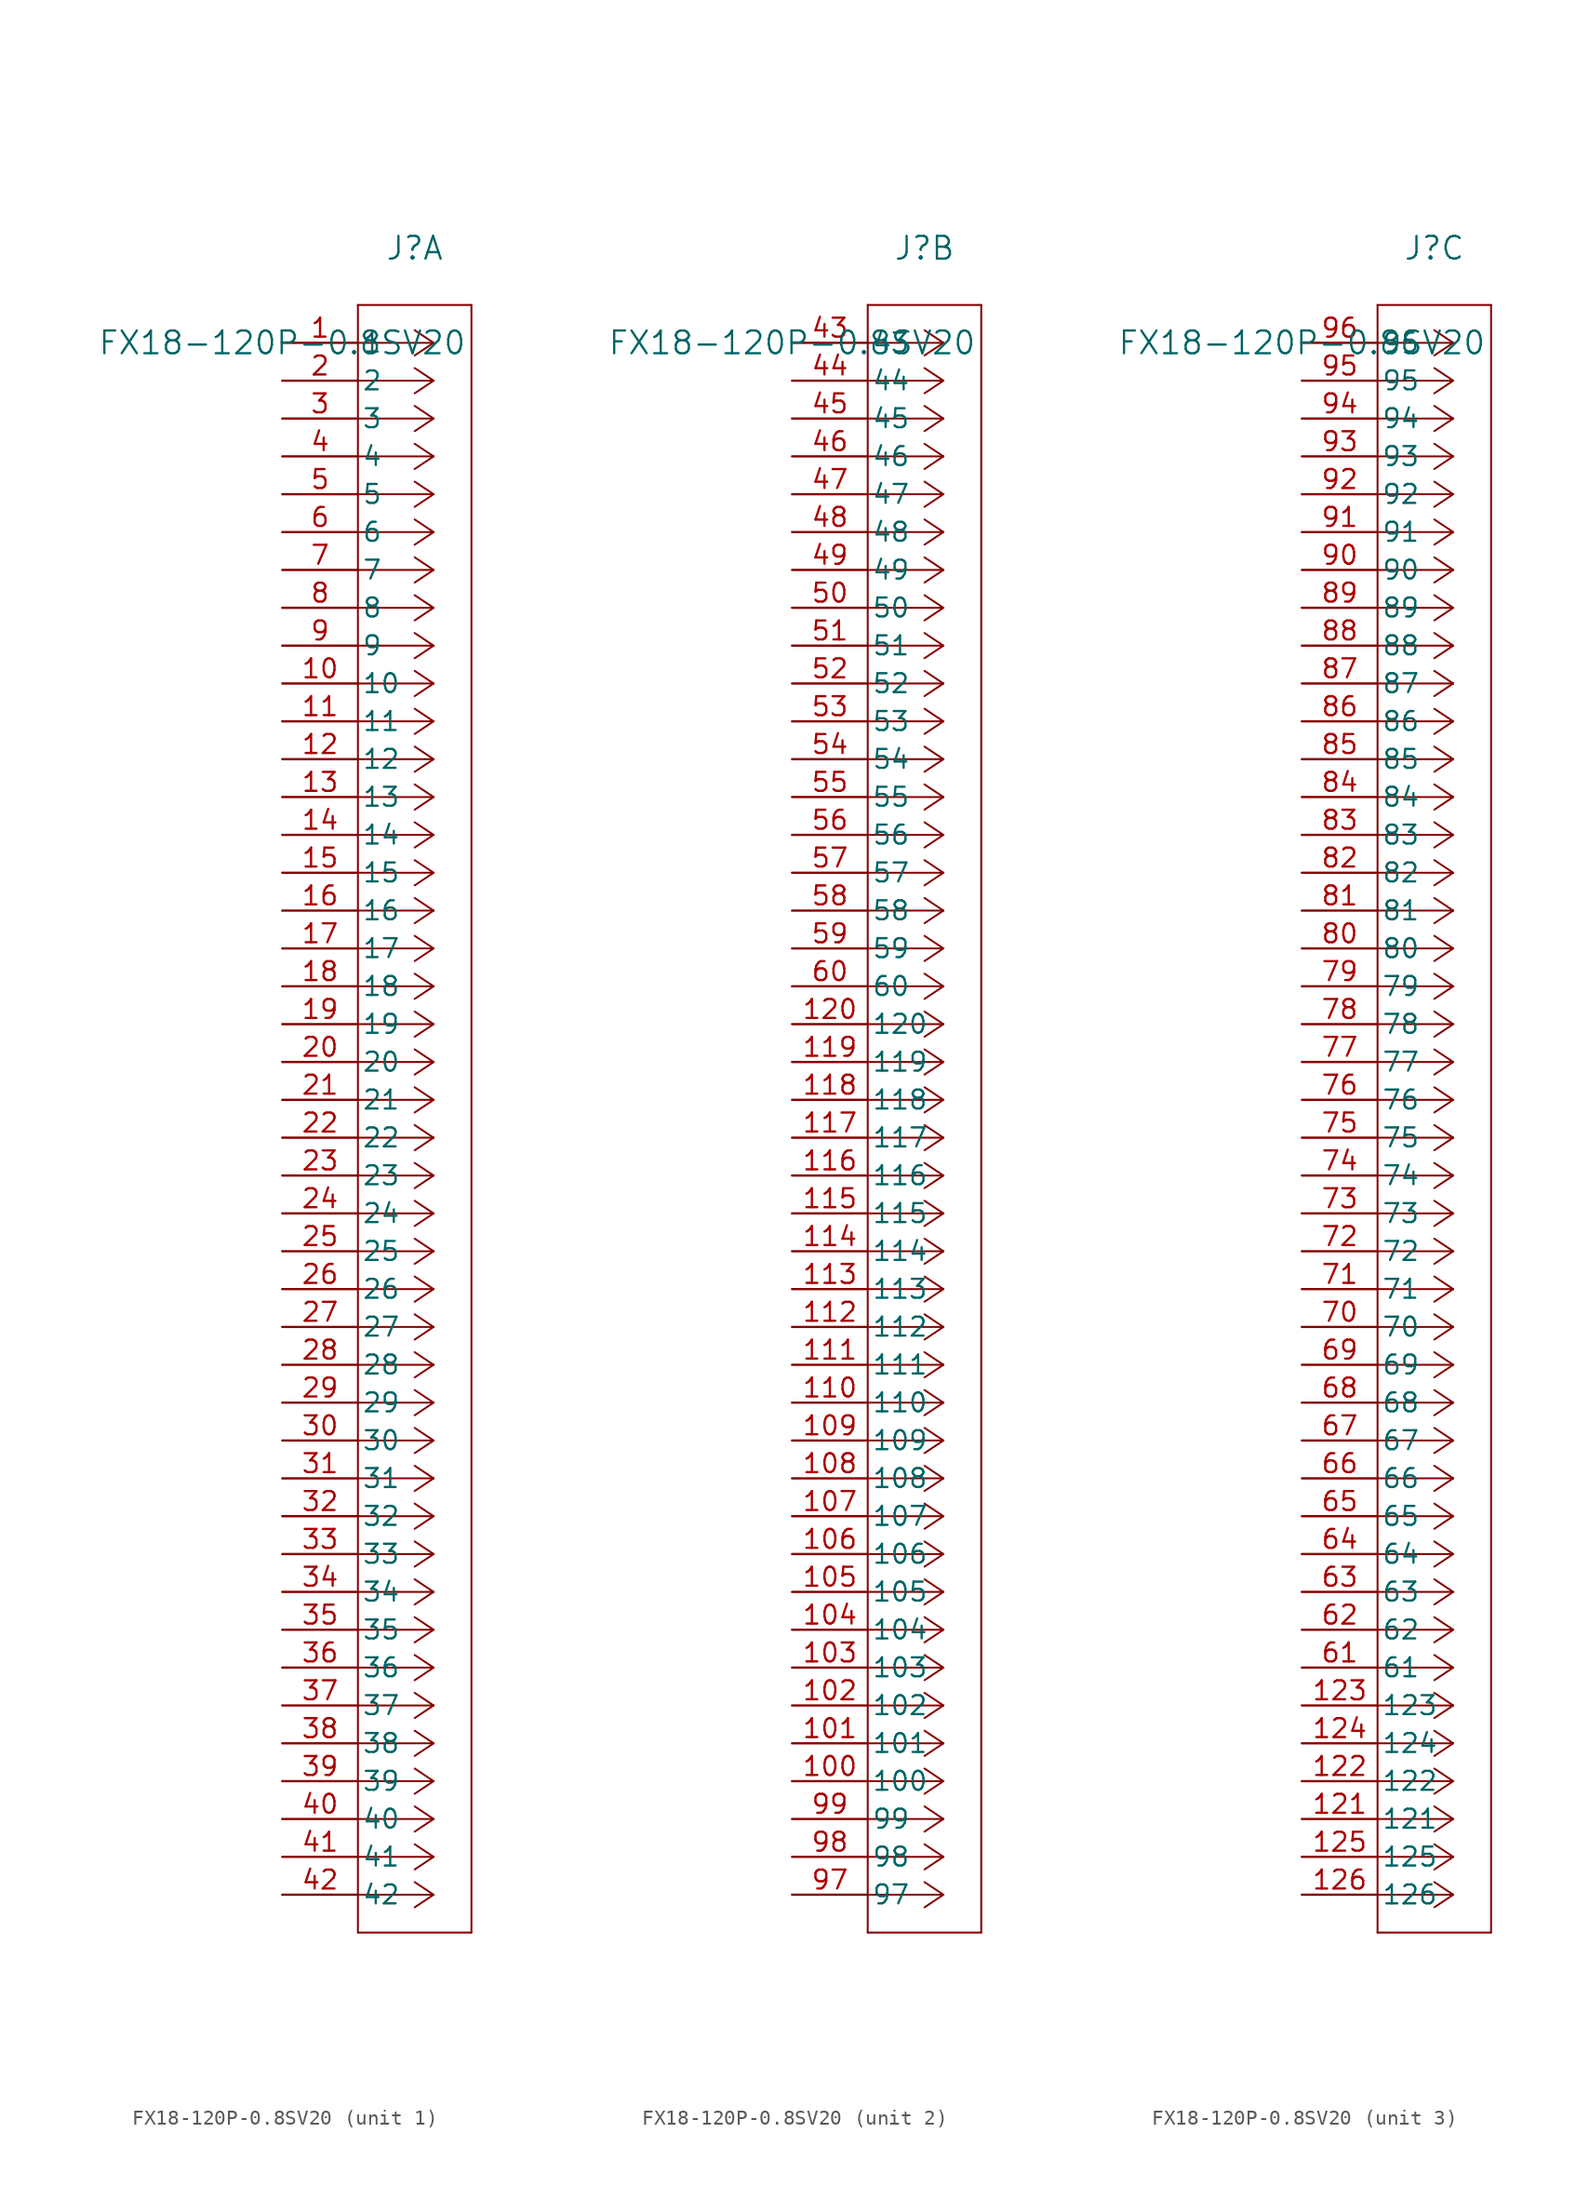
<source format=kicad_sym>
(kicad_symbol_lib
  (version 20231120)
  (generator "kicad_symbol_editor")
  (generator_version "8.0")
  (symbol "FX18-120P-0.8SV20"
    (pin_names
      (offset 0.254))
    (property "Reference" "J"
      (at 8.89 6.35 0)
      (effects (font (size 1.524 1.524))))
    (property "Value" "FX18-120P-0.8SV20"
      (at 0 0 0)
      (effects (font (size 1.524 1.524))))
    (property "ki_locked" ""
      (at 0 0 0)
      (effects (font (size 1.27 1.27))))
    (symbol "FX18-120P-0.8SV20_1_1"
      (polyline (pts (xy 5.08 -106.68) (xy 12.7 -106.68)) (stroke (width 0.127) (type default)) (fill (type none)))
      (polyline (pts (xy 5.08 2.54) (xy 5.08 -106.68)) (stroke (width 0.127) (type default)) (fill (type none)))
      (polyline (pts (xy 10.16 -104.14) (xy 5.08 -104.14)) (stroke (width 0.127) (type default)) (fill (type none)))
      (polyline (pts (xy 10.16 -104.14) (xy 8.89 -104.987)) (stroke (width 0.127) (type default)) (fill (type none)))
      (polyline (pts (xy 10.16 -104.14) (xy 8.89 -103.293)) (stroke (width 0.127) (type default)) (fill (type none)))
      (polyline (pts (xy 10.16 -101.6) (xy 5.08 -101.6)) (stroke (width 0.127) (type default)) (fill (type none)))
      (polyline (pts (xy 10.16 -101.6) (xy 8.89 -102.447)) (stroke (width 0.127) (type default)) (fill (type none)))
      (polyline (pts (xy 10.16 -101.6) (xy 8.89 -100.753)) (stroke (width 0.127) (type default)) (fill (type none)))
      (polyline (pts (xy 10.16 -99.06) (xy 5.08 -99.06)) (stroke (width 0.127) (type default)) (fill (type none)))
      (polyline (pts (xy 10.16 -99.06) (xy 8.89 -99.907)) (stroke (width 0.127) (type default)) (fill (type none)))
      (polyline (pts (xy 10.16 -99.06) (xy 8.89 -98.213)) (stroke (width 0.127) (type default)) (fill (type none)))
      (polyline (pts (xy 10.16 -96.52) (xy 5.08 -96.52)) (stroke (width 0.127) (type default)) (fill (type none)))
      (polyline (pts (xy 10.16 -96.52) (xy 8.89 -97.367)) (stroke (width 0.127) (type default)) (fill (type none)))
      (polyline (pts (xy 10.16 -96.52) (xy 8.89 -95.673)) (stroke (width 0.127) (type default)) (fill (type none)))
      (polyline (pts (xy 10.16 -93.98) (xy 5.08 -93.98)) (stroke (width 0.127) (type default)) (fill (type none)))
      (polyline (pts (xy 10.16 -93.98) (xy 8.89 -94.827)) (stroke (width 0.127) (type default)) (fill (type none)))
      (polyline (pts (xy 10.16 -93.98) (xy 8.89 -93.133)) (stroke (width 0.127) (type default)) (fill (type none)))
      (polyline (pts (xy 10.16 -91.44) (xy 5.08 -91.44)) (stroke (width 0.127) (type default)) (fill (type none)))
      (polyline (pts (xy 10.16 -91.44) (xy 8.89 -92.287)) (stroke (width 0.127) (type default)) (fill (type none)))
      (polyline (pts (xy 10.16 -91.44) (xy 8.89 -90.593)) (stroke (width 0.127) (type default)) (fill (type none)))
      (polyline (pts (xy 10.16 -88.9) (xy 5.08 -88.9)) (stroke (width 0.127) (type default)) (fill (type none)))
      (polyline (pts (xy 10.16 -88.9) (xy 8.89 -89.747)) (stroke (width 0.127) (type default)) (fill (type none)))
      (polyline (pts (xy 10.16 -88.9) (xy 8.89 -88.053)) (stroke (width 0.127) (type default)) (fill (type none)))
      (polyline (pts (xy 10.16 -86.36) (xy 5.08 -86.36)) (stroke (width 0.127) (type default)) (fill (type none)))
      (polyline (pts (xy 10.16 -86.36) (xy 8.89 -87.207)) (stroke (width 0.127) (type default)) (fill (type none)))
      (polyline (pts (xy 10.16 -86.36) (xy 8.89 -85.513)) (stroke (width 0.127) (type default)) (fill (type none)))
      (polyline (pts (xy 10.16 -83.82) (xy 5.08 -83.82)) (stroke (width 0.127) (type default)) (fill (type none)))
      (polyline (pts (xy 10.16 -83.82) (xy 8.89 -84.667)) (stroke (width 0.127) (type default)) (fill (type none)))
      (polyline (pts (xy 10.16 -83.82) (xy 8.89 -82.973)) (stroke (width 0.127) (type default)) (fill (type none)))
      (polyline (pts (xy 10.16 -81.28) (xy 5.08 -81.28)) (stroke (width 0.127) (type default)) (fill (type none)))
      (polyline (pts (xy 10.16 -81.28) (xy 8.89 -82.127)) (stroke (width 0.127) (type default)) (fill (type none)))
      (polyline (pts (xy 10.16 -81.28) (xy 8.89 -80.433)) (stroke (width 0.127) (type default)) (fill (type none)))
      (polyline (pts (xy 10.16 -78.74) (xy 5.08 -78.74)) (stroke (width 0.127) (type default)) (fill (type none)))
      (polyline (pts (xy 10.16 -78.74) (xy 8.89 -79.587)) (stroke (width 0.127) (type default)) (fill (type none)))
      (polyline (pts (xy 10.16 -78.74) (xy 8.89 -77.893)) (stroke (width 0.127) (type default)) (fill (type none)))
      (polyline (pts (xy 10.16 -76.2) (xy 5.08 -76.2)) (stroke (width 0.127) (type default)) (fill (type none)))
      (polyline (pts (xy 10.16 -76.2) (xy 8.89 -77.047)) (stroke (width 0.127) (type default)) (fill (type none)))
      (polyline (pts (xy 10.16 -76.2) (xy 8.89 -75.353)) (stroke (width 0.127) (type default)) (fill (type none)))
      (polyline (pts (xy 10.16 -73.66) (xy 5.08 -73.66)) (stroke (width 0.127) (type default)) (fill (type none)))
      (polyline (pts (xy 10.16 -73.66) (xy 8.89 -74.507)) (stroke (width 0.127) (type default)) (fill (type none)))
      (polyline (pts (xy 10.16 -73.66) (xy 8.89 -72.813)) (stroke (width 0.127) (type default)) (fill (type none)))
      (polyline (pts (xy 10.16 -71.12) (xy 5.08 -71.12)) (stroke (width 0.127) (type default)) (fill (type none)))
      (polyline (pts (xy 10.16 -71.12) (xy 8.89 -71.967)) (stroke (width 0.127) (type default)) (fill (type none)))
      (polyline (pts (xy 10.16 -71.12) (xy 8.89 -70.273)) (stroke (width 0.127) (type default)) (fill (type none)))
      (polyline (pts (xy 10.16 -68.58) (xy 5.08 -68.58)) (stroke (width 0.127) (type default)) (fill (type none)))
      (polyline (pts (xy 10.16 -68.58) (xy 8.89 -69.427)) (stroke (width 0.127) (type default)) (fill (type none)))
      (polyline (pts (xy 10.16 -68.58) (xy 8.89 -67.733)) (stroke (width 0.127) (type default)) (fill (type none)))
      (polyline (pts (xy 10.16 -66.04) (xy 5.08 -66.04)) (stroke (width 0.127) (type default)) (fill (type none)))
      (polyline (pts (xy 10.16 -66.04) (xy 8.89 -66.887)) (stroke (width 0.127) (type default)) (fill (type none)))
      (polyline (pts (xy 10.16 -66.04) (xy 8.89 -65.193)) (stroke (width 0.127) (type default)) (fill (type none)))
      (polyline (pts (xy 10.16 -63.5) (xy 5.08 -63.5)) (stroke (width 0.127) (type default)) (fill (type none)))
      (polyline (pts (xy 10.16 -63.5) (xy 8.89 -64.347)) (stroke (width 0.127) (type default)) (fill (type none)))
      (polyline (pts (xy 10.16 -63.5) (xy 8.89 -62.653)) (stroke (width 0.127) (type default)) (fill (type none)))
      (polyline (pts (xy 10.16 -60.96) (xy 5.08 -60.96)) (stroke (width 0.127) (type default)) (fill (type none)))
      (polyline (pts (xy 10.16 -60.96) (xy 8.89 -61.807)) (stroke (width 0.127) (type default)) (fill (type none)))
      (polyline (pts (xy 10.16 -60.96) (xy 8.89 -60.113)) (stroke (width 0.127) (type default)) (fill (type none)))
      (polyline (pts (xy 10.16 -58.42) (xy 5.08 -58.42)) (stroke (width 0.127) (type default)) (fill (type none)))
      (polyline (pts (xy 10.16 -58.42) (xy 8.89 -59.267)) (stroke (width 0.127) (type default)) (fill (type none)))
      (polyline (pts (xy 10.16 -58.42) (xy 8.89 -57.573)) (stroke (width 0.127) (type default)) (fill (type none)))
      (polyline (pts (xy 10.16 -55.88) (xy 5.08 -55.88)) (stroke (width 0.127) (type default)) (fill (type none)))
      (polyline (pts (xy 10.16 -55.88) (xy 8.89 -56.727)) (stroke (width 0.127) (type default)) (fill (type none)))
      (polyline (pts (xy 10.16 -55.88) (xy 8.89 -55.033)) (stroke (width 0.127) (type default)) (fill (type none)))
      (polyline (pts (xy 10.16 -53.34) (xy 5.08 -53.34)) (stroke (width 0.127) (type default)) (fill (type none)))
      (polyline (pts (xy 10.16 -53.34) (xy 8.89 -54.187)) (stroke (width 0.127) (type default)) (fill (type none)))
      (polyline (pts (xy 10.16 -53.34) (xy 8.89 -52.493)) (stroke (width 0.127) (type default)) (fill (type none)))
      (polyline (pts (xy 10.16 -50.8) (xy 5.08 -50.8)) (stroke (width 0.127) (type default)) (fill (type none)))
      (polyline (pts (xy 10.16 -50.8) (xy 8.89 -51.647)) (stroke (width 0.127) (type default)) (fill (type none)))
      (polyline (pts (xy 10.16 -50.8) (xy 8.89 -49.953)) (stroke (width 0.127) (type default)) (fill (type none)))
      (polyline (pts (xy 10.16 -48.26) (xy 5.08 -48.26)) (stroke (width 0.127) (type default)) (fill (type none)))
      (polyline (pts (xy 10.16 -48.26) (xy 8.89 -49.107)) (stroke (width 0.127) (type default)) (fill (type none)))
      (polyline (pts (xy 10.16 -48.26) (xy 8.89 -47.413)) (stroke (width 0.127) (type default)) (fill (type none)))
      (polyline (pts (xy 10.16 -45.72) (xy 5.08 -45.72)) (stroke (width 0.127) (type default)) (fill (type none)))
      (polyline (pts (xy 10.16 -45.72) (xy 8.89 -46.567)) (stroke (width 0.127) (type default)) (fill (type none)))
      (polyline (pts (xy 10.16 -45.72) (xy 8.89 -44.873)) (stroke (width 0.127) (type default)) (fill (type none)))
      (polyline (pts (xy 10.16 -43.18) (xy 5.08 -43.18)) (stroke (width 0.127) (type default)) (fill (type none)))
      (polyline (pts (xy 10.16 -43.18) (xy 8.89 -44.027)) (stroke (width 0.127) (type default)) (fill (type none)))
      (polyline (pts (xy 10.16 -43.18) (xy 8.89 -42.333)) (stroke (width 0.127) (type default)) (fill (type none)))
      (polyline (pts (xy 10.16 -40.64) (xy 5.08 -40.64)) (stroke (width 0.127) (type default)) (fill (type none)))
      (polyline (pts (xy 10.16 -40.64) (xy 8.89 -41.487)) (stroke (width 0.127) (type default)) (fill (type none)))
      (polyline (pts (xy 10.16 -40.64) (xy 8.89 -39.793)) (stroke (width 0.127) (type default)) (fill (type none)))
      (polyline (pts (xy 10.16 -38.1) (xy 5.08 -38.1)) (stroke (width 0.127) (type default)) (fill (type none)))
      (polyline (pts (xy 10.16 -38.1) (xy 8.89 -38.947)) (stroke (width 0.127) (type default)) (fill (type none)))
      (polyline (pts (xy 10.16 -38.1) (xy 8.89 -37.253)) (stroke (width 0.127) (type default)) (fill (type none)))
      (polyline (pts (xy 10.16 -35.56) (xy 5.08 -35.56)) (stroke (width 0.127) (type default)) (fill (type none)))
      (polyline (pts (xy 10.16 -35.56) (xy 8.89 -36.407)) (stroke (width 0.127) (type default)) (fill (type none)))
      (polyline (pts (xy 10.16 -35.56) (xy 8.89 -34.713)) (stroke (width 0.127) (type default)) (fill (type none)))
      (polyline (pts (xy 10.16 -33.02) (xy 5.08 -33.02)) (stroke (width 0.127) (type default)) (fill (type none)))
      (polyline (pts (xy 10.16 -33.02) (xy 8.89 -33.867)) (stroke (width 0.127) (type default)) (fill (type none)))
      (polyline (pts (xy 10.16 -33.02) (xy 8.89 -32.173)) (stroke (width 0.127) (type default)) (fill (type none)))
      (polyline (pts (xy 10.16 -30.48) (xy 5.08 -30.48)) (stroke (width 0.127) (type default)) (fill (type none)))
      (polyline (pts (xy 10.16 -30.48) (xy 8.89 -31.327)) (stroke (width 0.127) (type default)) (fill (type none)))
      (polyline (pts (xy 10.16 -30.48) (xy 8.89 -29.633)) (stroke (width 0.127) (type default)) (fill (type none)))
      (polyline (pts (xy 10.16 -27.94) (xy 5.08 -27.94)) (stroke (width 0.127) (type default)) (fill (type none)))
      (polyline (pts (xy 10.16 -27.94) (xy 8.89 -28.787)) (stroke (width 0.127) (type default)) (fill (type none)))
      (polyline (pts (xy 10.16 -27.94) (xy 8.89 -27.093)) (stroke (width 0.127) (type default)) (fill (type none)))
      (polyline (pts (xy 10.16 -25.4) (xy 5.08 -25.4)) (stroke (width 0.127) (type default)) (fill (type none)))
      (polyline (pts (xy 10.16 -25.4) (xy 8.89 -26.247)) (stroke (width 0.127) (type default)) (fill (type none)))
      (polyline (pts (xy 10.16 -25.4) (xy 8.89 -24.553)) (stroke (width 0.127) (type default)) (fill (type none)))
      (polyline (pts (xy 10.16 -22.86) (xy 5.08 -22.86)) (stroke (width 0.127) (type default)) (fill (type none)))
      (polyline (pts (xy 10.16 -22.86) (xy 8.89 -23.707)) (stroke (width 0.127) (type default)) (fill (type none)))
      (polyline (pts (xy 10.16 -22.86) (xy 8.89 -22.013)) (stroke (width 0.127) (type default)) (fill (type none)))
      (polyline (pts (xy 10.16 -20.32) (xy 5.08 -20.32)) (stroke (width 0.127) (type default)) (fill (type none)))
      (polyline (pts (xy 10.16 -20.32) (xy 8.89 -21.167)) (stroke (width 0.127) (type default)) (fill (type none)))
      (polyline (pts (xy 10.16 -20.32) (xy 8.89 -19.473)) (stroke (width 0.127) (type default)) (fill (type none)))
      (polyline (pts (xy 10.16 -17.78) (xy 5.08 -17.78)) (stroke (width 0.127) (type default)) (fill (type none)))
      (polyline (pts (xy 10.16 -17.78) (xy 8.89 -18.627)) (stroke (width 0.127) (type default)) (fill (type none)))
      (polyline (pts (xy 10.16 -17.78) (xy 8.89 -16.933)) (stroke (width 0.127) (type default)) (fill (type none)))
      (polyline (pts (xy 10.16 -15.24) (xy 5.08 -15.24)) (stroke (width 0.127) (type default)) (fill (type none)))
      (polyline (pts (xy 10.16 -15.24) (xy 8.89 -16.087)) (stroke (width 0.127) (type default)) (fill (type none)))
      (polyline (pts (xy 10.16 -15.24) (xy 8.89 -14.393)) (stroke (width 0.127) (type default)) (fill (type none)))
      (polyline (pts (xy 10.16 -12.7) (xy 5.08 -12.7)) (stroke (width 0.127) (type default)) (fill (type none)))
      (polyline (pts (xy 10.16 -12.7) (xy 8.89 -13.547)) (stroke (width 0.127) (type default)) (fill (type none)))
      (polyline (pts (xy 10.16 -12.7) (xy 8.89 -11.853)) (stroke (width 0.127) (type default)) (fill (type none)))
      (polyline (pts (xy 10.16 -10.16) (xy 5.08 -10.16)) (stroke (width 0.127) (type default)) (fill (type none)))
      (polyline (pts (xy 10.16 -10.16) (xy 8.89 -11.007)) (stroke (width 0.127) (type default)) (fill (type none)))
      (polyline (pts (xy 10.16 -10.16) (xy 8.89 -9.313)) (stroke (width 0.127) (type default)) (fill (type none)))
      (polyline (pts (xy 10.16 -7.62) (xy 5.08 -7.62)) (stroke (width 0.127) (type default)) (fill (type none)))
      (polyline (pts (xy 10.16 -7.62) (xy 8.89 -8.467)) (stroke (width 0.127) (type default)) (fill (type none)))
      (polyline (pts (xy 10.16 -7.62) (xy 8.89 -6.773)) (stroke (width 0.127) (type default)) (fill (type none)))
      (polyline (pts (xy 10.16 -5.08) (xy 5.08 -5.08)) (stroke (width 0.127) (type default)) (fill (type none)))
      (polyline (pts (xy 10.16 -5.08) (xy 8.89 -5.927)) (stroke (width 0.127) (type default)) (fill (type none)))
      (polyline (pts (xy 10.16 -5.08) (xy 8.89 -4.233)) (stroke (width 0.127) (type default)) (fill (type none)))
      (polyline (pts (xy 10.16 -2.54) (xy 5.08 -2.54)) (stroke (width 0.127) (type default)) (fill (type none)))
      (polyline (pts (xy 10.16 -2.54) (xy 8.89 -3.387)) (stroke (width 0.127) (type default)) (fill (type none)))
      (polyline (pts (xy 10.16 -2.54) (xy 8.89 -1.693)) (stroke (width 0.127) (type default)) (fill (type none)))
      (polyline (pts (xy 10.16 0) (xy 5.08 0)) (stroke (width 0.127) (type default)) (fill (type none)))
      (polyline (pts (xy 10.16 0) (xy 8.89 -0.847)) (stroke (width 0.127) (type default)) (fill (type none)))
      (polyline (pts (xy 10.16 0) (xy 8.89 0.847)) (stroke (width 0.127) (type default)) (fill (type none)))
      (polyline (pts (xy 12.7 -106.68) (xy 12.7 2.54)) (stroke (width 0.127) (type default)) (fill (type none)))
      (polyline (pts (xy 12.7 2.54) (xy 5.08 2.54)) (stroke (width 0.127) (type default)) (fill (type none)))
      (pin passive line (at 0 0 0) (length 5.08) (name "1" (effects (font (size 1.27 1.27)))) (number "1" (effects (font (size 1.27 1.27)))))
      (pin passive line (at 0 -22.86 0) (length 5.08) (name "10" (effects (font (size 1.27 1.27)))) (number "10" (effects (font (size 1.27 1.27)))))
      (pin passive line (at 0 -25.4 0) (length 5.08) (name "11" (effects (font (size 1.27 1.27)))) (number "11" (effects (font (size 1.27 1.27)))))
      (pin passive line (at 0 -27.94 0) (length 5.08) (name "12" (effects (font (size 1.27 1.27)))) (number "12" (effects (font (size 1.27 1.27)))))
      (pin passive line (at 0 -30.48 0) (length 5.08) (name "13" (effects (font (size 1.27 1.27)))) (number "13" (effects (font (size 1.27 1.27)))))
      (pin passive line (at 0 -33.02 0) (length 5.08) (name "14" (effects (font (size 1.27 1.27)))) (number "14" (effects (font (size 1.27 1.27)))))
      (pin passive line (at 0 -35.56 0) (length 5.08) (name "15" (effects (font (size 1.27 1.27)))) (number "15" (effects (font (size 1.27 1.27)))))
      (pin passive line (at 0 -38.1 0) (length 5.08) (name "16" (effects (font (size 1.27 1.27)))) (number "16" (effects (font (size 1.27 1.27)))))
      (pin passive line (at 0 -40.64 0) (length 5.08) (name "17" (effects (font (size 1.27 1.27)))) (number "17" (effects (font (size 1.27 1.27)))))
      (pin passive line (at 0 -43.18 0) (length 5.08) (name "18" (effects (font (size 1.27 1.27)))) (number "18" (effects (font (size 1.27 1.27)))))
      (pin passive line (at 0 -45.72 0) (length 5.08) (name "19" (effects (font (size 1.27 1.27)))) (number "19" (effects (font (size 1.27 1.27)))))
      (pin passive line (at 0 -2.54 0) (length 5.08) (name "2" (effects (font (size 1.27 1.27)))) (number "2" (effects (font (size 1.27 1.27)))))
      (pin passive line (at 0 -48.26 0) (length 5.08) (name "20" (effects (font (size 1.27 1.27)))) (number "20" (effects (font (size 1.27 1.27)))))
      (pin passive line (at 0 -50.8 0) (length 5.08) (name "21" (effects (font (size 1.27 1.27)))) (number "21" (effects (font (size 1.27 1.27)))))
      (pin passive line (at 0 -53.34 0) (length 5.08) (name "22" (effects (font (size 1.27 1.27)))) (number "22" (effects (font (size 1.27 1.27)))))
      (pin passive line (at 0 -55.88 0) (length 5.08) (name "23" (effects (font (size 1.27 1.27)))) (number "23" (effects (font (size 1.27 1.27)))))
      (pin passive line (at 0 -58.42 0) (length 5.08) (name "24" (effects (font (size 1.27 1.27)))) (number "24" (effects (font (size 1.27 1.27)))))
      (pin passive line (at 0 -60.96 0) (length 5.08) (name "25" (effects (font (size 1.27 1.27)))) (number "25" (effects (font (size 1.27 1.27)))))
      (pin passive line (at 0 -63.5 0) (length 5.08) (name "26" (effects (font (size 1.27 1.27)))) (number "26" (effects (font (size 1.27 1.27)))))
      (pin passive line (at 0 -66.04 0) (length 5.08) (name "27" (effects (font (size 1.27 1.27)))) (number "27" (effects (font (size 1.27 1.27)))))
      (pin passive line (at 0 -68.58 0) (length 5.08) (name "28" (effects (font (size 1.27 1.27)))) (number "28" (effects (font (size 1.27 1.27)))))
      (pin passive line (at 0 -71.12 0) (length 5.08) (name "29" (effects (font (size 1.27 1.27)))) (number "29" (effects (font (size 1.27 1.27)))))
      (pin passive line (at 0 -5.08 0) (length 5.08) (name "3" (effects (font (size 1.27 1.27)))) (number "3" (effects (font (size 1.27 1.27)))))
      (pin passive line (at 0 -73.66 0) (length 5.08) (name "30" (effects (font (size 1.27 1.27)))) (number "30" (effects (font (size 1.27 1.27)))))
      (pin passive line (at 0 -76.2 0) (length 5.08) (name "31" (effects (font (size 1.27 1.27)))) (number "31" (effects (font (size 1.27 1.27)))))
      (pin passive line (at 0 -78.74 0) (length 5.08) (name "32" (effects (font (size 1.27 1.27)))) (number "32" (effects (font (size 1.27 1.27)))))
      (pin passive line (at 0 -81.28 0) (length 5.08) (name "33" (effects (font (size 1.27 1.27)))) (number "33" (effects (font (size 1.27 1.27)))))
      (pin passive line (at 0 -83.82 0) (length 5.08) (name "34" (effects (font (size 1.27 1.27)))) (number "34" (effects (font (size 1.27 1.27)))))
      (pin passive line (at 0 -86.36 0) (length 5.08) (name "35" (effects (font (size 1.27 1.27)))) (number "35" (effects (font (size 1.27 1.27)))))
      (pin passive line (at 0 -88.9 0) (length 5.08) (name "36" (effects (font (size 1.27 1.27)))) (number "36" (effects (font (size 1.27 1.27)))))
      (pin passive line (at 0 -91.44 0) (length 5.08) (name "37" (effects (font (size 1.27 1.27)))) (number "37" (effects (font (size 1.27 1.27)))))
      (pin passive line (at 0 -93.98 0) (length 5.08) (name "38" (effects (font (size 1.27 1.27)))) (number "38" (effects (font (size 1.27 1.27)))))
      (pin passive line (at 0 -96.52 0) (length 5.08) (name "39" (effects (font (size 1.27 1.27)))) (number "39" (effects (font (size 1.27 1.27)))))
      (pin passive line (at 0 -7.62 0) (length 5.08) (name "4" (effects (font (size 1.27 1.27)))) (number "4" (effects (font (size 1.27 1.27)))))
      (pin passive line (at 0 -99.06 0) (length 5.08) (name "40" (effects (font (size 1.27 1.27)))) (number "40" (effects (font (size 1.27 1.27)))))
      (pin passive line (at 0 -101.6 0) (length 5.08) (name "41" (effects (font (size 1.27 1.27)))) (number "41" (effects (font (size 1.27 1.27)))))
      (pin passive line (at 0 -104.14 0) (length 5.08) (name "42" (effects (font (size 1.27 1.27)))) (number "42" (effects (font (size 1.27 1.27)))))
      (pin passive line (at 0 -10.16 0) (length 5.08) (name "5" (effects (font (size 1.27 1.27)))) (number "5" (effects (font (size 1.27 1.27)))))
      (pin passive line (at 0 -12.7 0) (length 5.08) (name "6" (effects (font (size 1.27 1.27)))) (number "6" (effects (font (size 1.27 1.27)))))
      (pin passive line (at 0 -15.24 0) (length 5.08) (name "7" (effects (font (size 1.27 1.27)))) (number "7" (effects (font (size 1.27 1.27)))))
      (pin passive line (at 0 -17.78 0) (length 5.08) (name "8" (effects (font (size 1.27 1.27)))) (number "8" (effects (font (size 1.27 1.27)))))
      (pin passive line (at 0 -20.32 0) (length 5.08) (name "9" (effects (font (size 1.27 1.27)))) (number "9" (effects (font (size 1.27 1.27))))))
    (symbol "FX18-120P-0.8SV20_2_1"
      (polyline (pts (xy 5.08 -106.68) (xy 12.7 -106.68)) (stroke (width 0.127) (type default)) (fill (type none)))
      (polyline (pts (xy 5.08 2.54) (xy 5.08 -106.68)) (stroke (width 0.127) (type default)) (fill (type none)))
      (polyline (pts (xy 10.16 -104.14) (xy 5.08 -104.14)) (stroke (width 0.127) (type default)) (fill (type none)))
      (polyline (pts (xy 10.16 -104.14) (xy 8.89 -104.987)) (stroke (width 0.127) (type default)) (fill (type none)))
      (polyline (pts (xy 10.16 -104.14) (xy 8.89 -103.293)) (stroke (width 0.127) (type default)) (fill (type none)))
      (polyline (pts (xy 10.16 -101.6) (xy 5.08 -101.6)) (stroke (width 0.127) (type default)) (fill (type none)))
      (polyline (pts (xy 10.16 -101.6) (xy 8.89 -102.447)) (stroke (width 0.127) (type default)) (fill (type none)))
      (polyline (pts (xy 10.16 -101.6) (xy 8.89 -100.753)) (stroke (width 0.127) (type default)) (fill (type none)))
      (polyline (pts (xy 10.16 -99.06) (xy 5.08 -99.06)) (stroke (width 0.127) (type default)) (fill (type none)))
      (polyline (pts (xy 10.16 -99.06) (xy 8.89 -99.907)) (stroke (width 0.127) (type default)) (fill (type none)))
      (polyline (pts (xy 10.16 -99.06) (xy 8.89 -98.213)) (stroke (width 0.127) (type default)) (fill (type none)))
      (polyline (pts (xy 10.16 -96.52) (xy 5.08 -96.52)) (stroke (width 0.127) (type default)) (fill (type none)))
      (polyline (pts (xy 10.16 -96.52) (xy 8.89 -97.367)) (stroke (width 0.127) (type default)) (fill (type none)))
      (polyline (pts (xy 10.16 -96.52) (xy 8.89 -95.673)) (stroke (width 0.127) (type default)) (fill (type none)))
      (polyline (pts (xy 10.16 -93.98) (xy 5.08 -93.98)) (stroke (width 0.127) (type default)) (fill (type none)))
      (polyline (pts (xy 10.16 -93.98) (xy 8.89 -94.827)) (stroke (width 0.127) (type default)) (fill (type none)))
      (polyline (pts (xy 10.16 -93.98) (xy 8.89 -93.133)) (stroke (width 0.127) (type default)) (fill (type none)))
      (polyline (pts (xy 10.16 -91.44) (xy 5.08 -91.44)) (stroke (width 0.127) (type default)) (fill (type none)))
      (polyline (pts (xy 10.16 -91.44) (xy 8.89 -92.287)) (stroke (width 0.127) (type default)) (fill (type none)))
      (polyline (pts (xy 10.16 -91.44) (xy 8.89 -90.593)) (stroke (width 0.127) (type default)) (fill (type none)))
      (polyline (pts (xy 10.16 -88.9) (xy 5.08 -88.9)) (stroke (width 0.127) (type default)) (fill (type none)))
      (polyline (pts (xy 10.16 -88.9) (xy 8.89 -89.747)) (stroke (width 0.127) (type default)) (fill (type none)))
      (polyline (pts (xy 10.16 -88.9) (xy 8.89 -88.053)) (stroke (width 0.127) (type default)) (fill (type none)))
      (polyline (pts (xy 10.16 -86.36) (xy 5.08 -86.36)) (stroke (width 0.127) (type default)) (fill (type none)))
      (polyline (pts (xy 10.16 -86.36) (xy 8.89 -87.207)) (stroke (width 0.127) (type default)) (fill (type none)))
      (polyline (pts (xy 10.16 -86.36) (xy 8.89 -85.513)) (stroke (width 0.127) (type default)) (fill (type none)))
      (polyline (pts (xy 10.16 -83.82) (xy 5.08 -83.82)) (stroke (width 0.127) (type default)) (fill (type none)))
      (polyline (pts (xy 10.16 -83.82) (xy 8.89 -84.667)) (stroke (width 0.127) (type default)) (fill (type none)))
      (polyline (pts (xy 10.16 -83.82) (xy 8.89 -82.973)) (stroke (width 0.127) (type default)) (fill (type none)))
      (polyline (pts (xy 10.16 -81.28) (xy 5.08 -81.28)) (stroke (width 0.127) (type default)) (fill (type none)))
      (polyline (pts (xy 10.16 -81.28) (xy 8.89 -82.127)) (stroke (width 0.127) (type default)) (fill (type none)))
      (polyline (pts (xy 10.16 -81.28) (xy 8.89 -80.433)) (stroke (width 0.127) (type default)) (fill (type none)))
      (polyline (pts (xy 10.16 -78.74) (xy 5.08 -78.74)) (stroke (width 0.127) (type default)) (fill (type none)))
      (polyline (pts (xy 10.16 -78.74) (xy 8.89 -79.587)) (stroke (width 0.127) (type default)) (fill (type none)))
      (polyline (pts (xy 10.16 -78.74) (xy 8.89 -77.893)) (stroke (width 0.127) (type default)) (fill (type none)))
      (polyline (pts (xy 10.16 -76.2) (xy 5.08 -76.2)) (stroke (width 0.127) (type default)) (fill (type none)))
      (polyline (pts (xy 10.16 -76.2) (xy 8.89 -77.047)) (stroke (width 0.127) (type default)) (fill (type none)))
      (polyline (pts (xy 10.16 -76.2) (xy 8.89 -75.353)) (stroke (width 0.127) (type default)) (fill (type none)))
      (polyline (pts (xy 10.16 -73.66) (xy 5.08 -73.66)) (stroke (width 0.127) (type default)) (fill (type none)))
      (polyline (pts (xy 10.16 -73.66) (xy 8.89 -74.507)) (stroke (width 0.127) (type default)) (fill (type none)))
      (polyline (pts (xy 10.16 -73.66) (xy 8.89 -72.813)) (stroke (width 0.127) (type default)) (fill (type none)))
      (polyline (pts (xy 10.16 -71.12) (xy 5.08 -71.12)) (stroke (width 0.127) (type default)) (fill (type none)))
      (polyline (pts (xy 10.16 -71.12) (xy 8.89 -71.967)) (stroke (width 0.127) (type default)) (fill (type none)))
      (polyline (pts (xy 10.16 -71.12) (xy 8.89 -70.273)) (stroke (width 0.127) (type default)) (fill (type none)))
      (polyline (pts (xy 10.16 -68.58) (xy 5.08 -68.58)) (stroke (width 0.127) (type default)) (fill (type none)))
      (polyline (pts (xy 10.16 -68.58) (xy 8.89 -69.427)) (stroke (width 0.127) (type default)) (fill (type none)))
      (polyline (pts (xy 10.16 -68.58) (xy 8.89 -67.733)) (stroke (width 0.127) (type default)) (fill (type none)))
      (polyline (pts (xy 10.16 -66.04) (xy 5.08 -66.04)) (stroke (width 0.127) (type default)) (fill (type none)))
      (polyline (pts (xy 10.16 -66.04) (xy 8.89 -66.887)) (stroke (width 0.127) (type default)) (fill (type none)))
      (polyline (pts (xy 10.16 -66.04) (xy 8.89 -65.193)) (stroke (width 0.127) (type default)) (fill (type none)))
      (polyline (pts (xy 10.16 -63.5) (xy 5.08 -63.5)) (stroke (width 0.127) (type default)) (fill (type none)))
      (polyline (pts (xy 10.16 -63.5) (xy 8.89 -64.347)) (stroke (width 0.127) (type default)) (fill (type none)))
      (polyline (pts (xy 10.16 -63.5) (xy 8.89 -62.653)) (stroke (width 0.127) (type default)) (fill (type none)))
      (polyline (pts (xy 10.16 -60.96) (xy 5.08 -60.96)) (stroke (width 0.127) (type default)) (fill (type none)))
      (polyline (pts (xy 10.16 -60.96) (xy 8.89 -61.807)) (stroke (width 0.127) (type default)) (fill (type none)))
      (polyline (pts (xy 10.16 -60.96) (xy 8.89 -60.113)) (stroke (width 0.127) (type default)) (fill (type none)))
      (polyline (pts (xy 10.16 -58.42) (xy 5.08 -58.42)) (stroke (width 0.127) (type default)) (fill (type none)))
      (polyline (pts (xy 10.16 -58.42) (xy 8.89 -59.267)) (stroke (width 0.127) (type default)) (fill (type none)))
      (polyline (pts (xy 10.16 -58.42) (xy 8.89 -57.573)) (stroke (width 0.127) (type default)) (fill (type none)))
      (polyline (pts (xy 10.16 -55.88) (xy 5.08 -55.88)) (stroke (width 0.127) (type default)) (fill (type none)))
      (polyline (pts (xy 10.16 -55.88) (xy 8.89 -56.727)) (stroke (width 0.127) (type default)) (fill (type none)))
      (polyline (pts (xy 10.16 -55.88) (xy 8.89 -55.033)) (stroke (width 0.127) (type default)) (fill (type none)))
      (polyline (pts (xy 10.16 -53.34) (xy 5.08 -53.34)) (stroke (width 0.127) (type default)) (fill (type none)))
      (polyline (pts (xy 10.16 -53.34) (xy 8.89 -54.187)) (stroke (width 0.127) (type default)) (fill (type none)))
      (polyline (pts (xy 10.16 -53.34) (xy 8.89 -52.493)) (stroke (width 0.127) (type default)) (fill (type none)))
      (polyline (pts (xy 10.16 -50.8) (xy 5.08 -50.8)) (stroke (width 0.127) (type default)) (fill (type none)))
      (polyline (pts (xy 10.16 -50.8) (xy 8.89 -51.647)) (stroke (width 0.127) (type default)) (fill (type none)))
      (polyline (pts (xy 10.16 -50.8) (xy 8.89 -49.953)) (stroke (width 0.127) (type default)) (fill (type none)))
      (polyline (pts (xy 10.16 -48.26) (xy 5.08 -48.26)) (stroke (width 0.127) (type default)) (fill (type none)))
      (polyline (pts (xy 10.16 -48.26) (xy 8.89 -49.107)) (stroke (width 0.127) (type default)) (fill (type none)))
      (polyline (pts (xy 10.16 -48.26) (xy 8.89 -47.413)) (stroke (width 0.127) (type default)) (fill (type none)))
      (polyline (pts (xy 10.16 -45.72) (xy 5.08 -45.72)) (stroke (width 0.127) (type default)) (fill (type none)))
      (polyline (pts (xy 10.16 -45.72) (xy 8.89 -46.567)) (stroke (width 0.127) (type default)) (fill (type none)))
      (polyline (pts (xy 10.16 -45.72) (xy 8.89 -44.873)) (stroke (width 0.127) (type default)) (fill (type none)))
      (polyline (pts (xy 10.16 -43.18) (xy 5.08 -43.18)) (stroke (width 0.127) (type default)) (fill (type none)))
      (polyline (pts (xy 10.16 -43.18) (xy 8.89 -44.027)) (stroke (width 0.127) (type default)) (fill (type none)))
      (polyline (pts (xy 10.16 -43.18) (xy 8.89 -42.333)) (stroke (width 0.127) (type default)) (fill (type none)))
      (polyline (pts (xy 10.16 -40.64) (xy 5.08 -40.64)) (stroke (width 0.127) (type default)) (fill (type none)))
      (polyline (pts (xy 10.16 -40.64) (xy 8.89 -41.487)) (stroke (width 0.127) (type default)) (fill (type none)))
      (polyline (pts (xy 10.16 -40.64) (xy 8.89 -39.793)) (stroke (width 0.127) (type default)) (fill (type none)))
      (polyline (pts (xy 10.16 -38.1) (xy 5.08 -38.1)) (stroke (width 0.127) (type default)) (fill (type none)))
      (polyline (pts (xy 10.16 -38.1) (xy 8.89 -38.947)) (stroke (width 0.127) (type default)) (fill (type none)))
      (polyline (pts (xy 10.16 -38.1) (xy 8.89 -37.253)) (stroke (width 0.127) (type default)) (fill (type none)))
      (polyline (pts (xy 10.16 -35.56) (xy 5.08 -35.56)) (stroke (width 0.127) (type default)) (fill (type none)))
      (polyline (pts (xy 10.16 -35.56) (xy 8.89 -36.407)) (stroke (width 0.127) (type default)) (fill (type none)))
      (polyline (pts (xy 10.16 -35.56) (xy 8.89 -34.713)) (stroke (width 0.127) (type default)) (fill (type none)))
      (polyline (pts (xy 10.16 -33.02) (xy 5.08 -33.02)) (stroke (width 0.127) (type default)) (fill (type none)))
      (polyline (pts (xy 10.16 -33.02) (xy 8.89 -33.867)) (stroke (width 0.127) (type default)) (fill (type none)))
      (polyline (pts (xy 10.16 -33.02) (xy 8.89 -32.173)) (stroke (width 0.127) (type default)) (fill (type none)))
      (polyline (pts (xy 10.16 -30.48) (xy 5.08 -30.48)) (stroke (width 0.127) (type default)) (fill (type none)))
      (polyline (pts (xy 10.16 -30.48) (xy 8.89 -31.327)) (stroke (width 0.127) (type default)) (fill (type none)))
      (polyline (pts (xy 10.16 -30.48) (xy 8.89 -29.633)) (stroke (width 0.127) (type default)) (fill (type none)))
      (polyline (pts (xy 10.16 -27.94) (xy 5.08 -27.94)) (stroke (width 0.127) (type default)) (fill (type none)))
      (polyline (pts (xy 10.16 -27.94) (xy 8.89 -28.787)) (stroke (width 0.127) (type default)) (fill (type none)))
      (polyline (pts (xy 10.16 -27.94) (xy 8.89 -27.093)) (stroke (width 0.127) (type default)) (fill (type none)))
      (polyline (pts (xy 10.16 -25.4) (xy 5.08 -25.4)) (stroke (width 0.127) (type default)) (fill (type none)))
      (polyline (pts (xy 10.16 -25.4) (xy 8.89 -26.247)) (stroke (width 0.127) (type default)) (fill (type none)))
      (polyline (pts (xy 10.16 -25.4) (xy 8.89 -24.553)) (stroke (width 0.127) (type default)) (fill (type none)))
      (polyline (pts (xy 10.16 -22.86) (xy 5.08 -22.86)) (stroke (width 0.127) (type default)) (fill (type none)))
      (polyline (pts (xy 10.16 -22.86) (xy 8.89 -23.707)) (stroke (width 0.127) (type default)) (fill (type none)))
      (polyline (pts (xy 10.16 -22.86) (xy 8.89 -22.013)) (stroke (width 0.127) (type default)) (fill (type none)))
      (polyline (pts (xy 10.16 -20.32) (xy 5.08 -20.32)) (stroke (width 0.127) (type default)) (fill (type none)))
      (polyline (pts (xy 10.16 -20.32) (xy 8.89 -21.167)) (stroke (width 0.127) (type default)) (fill (type none)))
      (polyline (pts (xy 10.16 -20.32) (xy 8.89 -19.473)) (stroke (width 0.127) (type default)) (fill (type none)))
      (polyline (pts (xy 10.16 -17.78) (xy 5.08 -17.78)) (stroke (width 0.127) (type default)) (fill (type none)))
      (polyline (pts (xy 10.16 -17.78) (xy 8.89 -18.627)) (stroke (width 0.127) (type default)) (fill (type none)))
      (polyline (pts (xy 10.16 -17.78) (xy 8.89 -16.933)) (stroke (width 0.127) (type default)) (fill (type none)))
      (polyline (pts (xy 10.16 -15.24) (xy 5.08 -15.24)) (stroke (width 0.127) (type default)) (fill (type none)))
      (polyline (pts (xy 10.16 -15.24) (xy 8.89 -16.087)) (stroke (width 0.127) (type default)) (fill (type none)))
      (polyline (pts (xy 10.16 -15.24) (xy 8.89 -14.393)) (stroke (width 0.127) (type default)) (fill (type none)))
      (polyline (pts (xy 10.16 -12.7) (xy 5.08 -12.7)) (stroke (width 0.127) (type default)) (fill (type none)))
      (polyline (pts (xy 10.16 -12.7) (xy 8.89 -13.547)) (stroke (width 0.127) (type default)) (fill (type none)))
      (polyline (pts (xy 10.16 -12.7) (xy 8.89 -11.853)) (stroke (width 0.127) (type default)) (fill (type none)))
      (polyline (pts (xy 10.16 -10.16) (xy 5.08 -10.16)) (stroke (width 0.127) (type default)) (fill (type none)))
      (polyline (pts (xy 10.16 -10.16) (xy 8.89 -11.007)) (stroke (width 0.127) (type default)) (fill (type none)))
      (polyline (pts (xy 10.16 -10.16) (xy 8.89 -9.313)) (stroke (width 0.127) (type default)) (fill (type none)))
      (polyline (pts (xy 10.16 -7.62) (xy 5.08 -7.62)) (stroke (width 0.127) (type default)) (fill (type none)))
      (polyline (pts (xy 10.16 -7.62) (xy 8.89 -8.467)) (stroke (width 0.127) (type default)) (fill (type none)))
      (polyline (pts (xy 10.16 -7.62) (xy 8.89 -6.773)) (stroke (width 0.127) (type default)) (fill (type none)))
      (polyline (pts (xy 10.16 -5.08) (xy 5.08 -5.08)) (stroke (width 0.127) (type default)) (fill (type none)))
      (polyline (pts (xy 10.16 -5.08) (xy 8.89 -5.927)) (stroke (width 0.127) (type default)) (fill (type none)))
      (polyline (pts (xy 10.16 -5.08) (xy 8.89 -4.233)) (stroke (width 0.127) (type default)) (fill (type none)))
      (polyline (pts (xy 10.16 -2.54) (xy 5.08 -2.54)) (stroke (width 0.127) (type default)) (fill (type none)))
      (polyline (pts (xy 10.16 -2.54) (xy 8.89 -3.387)) (stroke (width 0.127) (type default)) (fill (type none)))
      (polyline (pts (xy 10.16 -2.54) (xy 8.89 -1.693)) (stroke (width 0.127) (type default)) (fill (type none)))
      (polyline (pts (xy 10.16 0) (xy 5.08 0)) (stroke (width 0.127) (type default)) (fill (type none)))
      (polyline (pts (xy 10.16 0) (xy 8.89 -0.847)) (stroke (width 0.127) (type default)) (fill (type none)))
      (polyline (pts (xy 10.16 0) (xy 8.89 0.847)) (stroke (width 0.127) (type default)) (fill (type none)))
      (polyline (pts (xy 12.7 -106.68) (xy 12.7 2.54)) (stroke (width 0.127) (type default)) (fill (type none)))
      (polyline (pts (xy 12.7 2.54) (xy 5.08 2.54)) (stroke (width 0.127) (type default)) (fill (type none)))
      (pin passive line (at 0 -96.52 0) (length 5.08) (name "100" (effects (font (size 1.27 1.27)))) (number "100" (effects (font (size 1.27 1.27)))))
      (pin passive line (at 0 -93.98 0) (length 5.08) (name "101" (effects (font (size 1.27 1.27)))) (number "101" (effects (font (size 1.27 1.27)))))
      (pin passive line (at 0 -91.44 0) (length 5.08) (name "102" (effects (font (size 1.27 1.27)))) (number "102" (effects (font (size 1.27 1.27)))))
      (pin passive line (at 0 -88.9 0) (length 5.08) (name "103" (effects (font (size 1.27 1.27)))) (number "103" (effects (font (size 1.27 1.27)))))
      (pin passive line (at 0 -86.36 0) (length 5.08) (name "104" (effects (font (size 1.27 1.27)))) (number "104" (effects (font (size 1.27 1.27)))))
      (pin passive line (at 0 -83.82 0) (length 5.08) (name "105" (effects (font (size 1.27 1.27)))) (number "105" (effects (font (size 1.27 1.27)))))
      (pin passive line (at 0 -81.28 0) (length 5.08) (name "106" (effects (font (size 1.27 1.27)))) (number "106" (effects (font (size 1.27 1.27)))))
      (pin passive line (at 0 -78.74 0) (length 5.08) (name "107" (effects (font (size 1.27 1.27)))) (number "107" (effects (font (size 1.27 1.27)))))
      (pin passive line (at 0 -76.2 0) (length 5.08) (name "108" (effects (font (size 1.27 1.27)))) (number "108" (effects (font (size 1.27 1.27)))))
      (pin passive line (at 0 -73.66 0) (length 5.08) (name "109" (effects (font (size 1.27 1.27)))) (number "109" (effects (font (size 1.27 1.27)))))
      (pin passive line (at 0 -71.12 0) (length 5.08) (name "110" (effects (font (size 1.27 1.27)))) (number "110" (effects (font (size 1.27 1.27)))))
      (pin passive line (at 0 -68.58 0) (length 5.08) (name "111" (effects (font (size 1.27 1.27)))) (number "111" (effects (font (size 1.27 1.27)))))
      (pin passive line (at 0 -66.04 0) (length 5.08) (name "112" (effects (font (size 1.27 1.27)))) (number "112" (effects (font (size 1.27 1.27)))))
      (pin passive line (at 0 -63.5 0) (length 5.08) (name "113" (effects (font (size 1.27 1.27)))) (number "113" (effects (font (size 1.27 1.27)))))
      (pin passive line (at 0 -60.96 0) (length 5.08) (name "114" (effects (font (size 1.27 1.27)))) (number "114" (effects (font (size 1.27 1.27)))))
      (pin passive line (at 0 -58.42 0) (length 5.08) (name "115" (effects (font (size 1.27 1.27)))) (number "115" (effects (font (size 1.27 1.27)))))
      (pin passive line (at 0 -55.88 0) (length 5.08) (name "116" (effects (font (size 1.27 1.27)))) (number "116" (effects (font (size 1.27 1.27)))))
      (pin passive line (at 0 -53.34 0) (length 5.08) (name "117" (effects (font (size 1.27 1.27)))) (number "117" (effects (font (size 1.27 1.27)))))
      (pin passive line (at 0 -50.8 0) (length 5.08) (name "118" (effects (font (size 1.27 1.27)))) (number "118" (effects (font (size 1.27 1.27)))))
      (pin passive line (at 0 -48.26 0) (length 5.08) (name "119" (effects (font (size 1.27 1.27)))) (number "119" (effects (font (size 1.27 1.27)))))
      (pin passive line (at 0 -45.72 0) (length 5.08) (name "120" (effects (font (size 1.27 1.27)))) (number "120" (effects (font (size 1.27 1.27)))))
      (pin passive line (at 0 0 0) (length 5.08) (name "43" (effects (font (size 1.27 1.27)))) (number "43" (effects (font (size 1.27 1.27)))))
      (pin passive line (at 0 -2.54 0) (length 5.08) (name "44" (effects (font (size 1.27 1.27)))) (number "44" (effects (font (size 1.27 1.27)))))
      (pin passive line (at 0 -5.08 0) (length 5.08) (name "45" (effects (font (size 1.27 1.27)))) (number "45" (effects (font (size 1.27 1.27)))))
      (pin passive line (at 0 -7.62 0) (length 5.08) (name "46" (effects (font (size 1.27 1.27)))) (number "46" (effects (font (size 1.27 1.27)))))
      (pin passive line (at 0 -10.16 0) (length 5.08) (name "47" (effects (font (size 1.27 1.27)))) (number "47" (effects (font (size 1.27 1.27)))))
      (pin passive line (at 0 -12.7 0) (length 5.08) (name "48" (effects (font (size 1.27 1.27)))) (number "48" (effects (font (size 1.27 1.27)))))
      (pin passive line (at 0 -15.24 0) (length 5.08) (name "49" (effects (font (size 1.27 1.27)))) (number "49" (effects (font (size 1.27 1.27)))))
      (pin passive line (at 0 -17.78 0) (length 5.08) (name "50" (effects (font (size 1.27 1.27)))) (number "50" (effects (font (size 1.27 1.27)))))
      (pin passive line (at 0 -20.32 0) (length 5.08) (name "51" (effects (font (size 1.27 1.27)))) (number "51" (effects (font (size 1.27 1.27)))))
      (pin passive line (at 0 -22.86 0) (length 5.08) (name "52" (effects (font (size 1.27 1.27)))) (number "52" (effects (font (size 1.27 1.27)))))
      (pin passive line (at 0 -25.4 0) (length 5.08) (name "53" (effects (font (size 1.27 1.27)))) (number "53" (effects (font (size 1.27 1.27)))))
      (pin passive line (at 0 -27.94 0) (length 5.08) (name "54" (effects (font (size 1.27 1.27)))) (number "54" (effects (font (size 1.27 1.27)))))
      (pin passive line (at 0 -30.48 0) (length 5.08) (name "55" (effects (font (size 1.27 1.27)))) (number "55" (effects (font (size 1.27 1.27)))))
      (pin passive line (at 0 -33.02 0) (length 5.08) (name "56" (effects (font (size 1.27 1.27)))) (number "56" (effects (font (size 1.27 1.27)))))
      (pin passive line (at 0 -35.56 0) (length 5.08) (name "57" (effects (font (size 1.27 1.27)))) (number "57" (effects (font (size 1.27 1.27)))))
      (pin passive line (at 0 -38.1 0) (length 5.08) (name "58" (effects (font (size 1.27 1.27)))) (number "58" (effects (font (size 1.27 1.27)))))
      (pin passive line (at 0 -40.64 0) (length 5.08) (name "59" (effects (font (size 1.27 1.27)))) (number "59" (effects (font (size 1.27 1.27)))))
      (pin passive line (at 0 -43.18 0) (length 5.08) (name "60" (effects (font (size 1.27 1.27)))) (number "60" (effects (font (size 1.27 1.27)))))
      (pin passive line (at 0 -104.14 0) (length 5.08) (name "97" (effects (font (size 1.27 1.27)))) (number "97" (effects (font (size 1.27 1.27)))))
      (pin passive line (at 0 -101.6 0) (length 5.08) (name "98" (effects (font (size 1.27 1.27)))) (number "98" (effects (font (size 1.27 1.27)))))
      (pin passive line (at 0 -99.06 0) (length 5.08) (name "99" (effects (font (size 1.27 1.27)))) (number "99" (effects (font (size 1.27 1.27))))))
    (symbol "FX18-120P-0.8SV20_3_1"
      (polyline (pts (xy 5.08 -106.68) (xy 12.7 -106.68)) (stroke (width 0.127) (type default)) (fill (type none)))
      (polyline (pts (xy 5.08 2.54) (xy 5.08 -106.68)) (stroke (width 0.127) (type default)) (fill (type none)))
      (polyline (pts (xy 10.16 -104.14) (xy 5.08 -104.14)) (stroke (width 0.127) (type default)) (fill (type none)))
      (polyline (pts (xy 10.16 -104.14) (xy 8.89 -104.987)) (stroke (width 0.127) (type default)) (fill (type none)))
      (polyline (pts (xy 10.16 -104.14) (xy 8.89 -103.293)) (stroke (width 0.127) (type default)) (fill (type none)))
      (polyline (pts (xy 10.16 -101.6) (xy 5.08 -101.6)) (stroke (width 0.127) (type default)) (fill (type none)))
      (polyline (pts (xy 10.16 -101.6) (xy 8.89 -102.447)) (stroke (width 0.127) (type default)) (fill (type none)))
      (polyline (pts (xy 10.16 -101.6) (xy 8.89 -100.753)) (stroke (width 0.127) (type default)) (fill (type none)))
      (polyline (pts (xy 10.16 -99.06) (xy 5.08 -99.06)) (stroke (width 0.127) (type default)) (fill (type none)))
      (polyline (pts (xy 10.16 -99.06) (xy 8.89 -99.907)) (stroke (width 0.127) (type default)) (fill (type none)))
      (polyline (pts (xy 10.16 -99.06) (xy 8.89 -98.213)) (stroke (width 0.127) (type default)) (fill (type none)))
      (polyline (pts (xy 10.16 -96.52) (xy 5.08 -96.52)) (stroke (width 0.127) (type default)) (fill (type none)))
      (polyline (pts (xy 10.16 -96.52) (xy 8.89 -97.367)) (stroke (width 0.127) (type default)) (fill (type none)))
      (polyline (pts (xy 10.16 -96.52) (xy 8.89 -95.673)) (stroke (width 0.127) (type default)) (fill (type none)))
      (polyline (pts (xy 10.16 -93.98) (xy 5.08 -93.98)) (stroke (width 0.127) (type default)) (fill (type none)))
      (polyline (pts (xy 10.16 -93.98) (xy 8.89 -94.827)) (stroke (width 0.127) (type default)) (fill (type none)))
      (polyline (pts (xy 10.16 -93.98) (xy 8.89 -93.133)) (stroke (width 0.127) (type default)) (fill (type none)))
      (polyline (pts (xy 10.16 -91.44) (xy 5.08 -91.44)) (stroke (width 0.127) (type default)) (fill (type none)))
      (polyline (pts (xy 10.16 -91.44) (xy 8.89 -92.287)) (stroke (width 0.127) (type default)) (fill (type none)))
      (polyline (pts (xy 10.16 -91.44) (xy 8.89 -90.593)) (stroke (width 0.127) (type default)) (fill (type none)))
      (polyline (pts (xy 10.16 -88.9) (xy 5.08 -88.9)) (stroke (width 0.127) (type default)) (fill (type none)))
      (polyline (pts (xy 10.16 -88.9) (xy 8.89 -89.747)) (stroke (width 0.127) (type default)) (fill (type none)))
      (polyline (pts (xy 10.16 -88.9) (xy 8.89 -88.053)) (stroke (width 0.127) (type default)) (fill (type none)))
      (polyline (pts (xy 10.16 -86.36) (xy 5.08 -86.36)) (stroke (width 0.127) (type default)) (fill (type none)))
      (polyline (pts (xy 10.16 -86.36) (xy 8.89 -87.207)) (stroke (width 0.127) (type default)) (fill (type none)))
      (polyline (pts (xy 10.16 -86.36) (xy 8.89 -85.513)) (stroke (width 0.127) (type default)) (fill (type none)))
      (polyline (pts (xy 10.16 -83.82) (xy 5.08 -83.82)) (stroke (width 0.127) (type default)) (fill (type none)))
      (polyline (pts (xy 10.16 -83.82) (xy 8.89 -84.667)) (stroke (width 0.127) (type default)) (fill (type none)))
      (polyline (pts (xy 10.16 -83.82) (xy 8.89 -82.973)) (stroke (width 0.127) (type default)) (fill (type none)))
      (polyline (pts (xy 10.16 -81.28) (xy 5.08 -81.28)) (stroke (width 0.127) (type default)) (fill (type none)))
      (polyline (pts (xy 10.16 -81.28) (xy 8.89 -82.127)) (stroke (width 0.127) (type default)) (fill (type none)))
      (polyline (pts (xy 10.16 -81.28) (xy 8.89 -80.433)) (stroke (width 0.127) (type default)) (fill (type none)))
      (polyline (pts (xy 10.16 -78.74) (xy 5.08 -78.74)) (stroke (width 0.127) (type default)) (fill (type none)))
      (polyline (pts (xy 10.16 -78.74) (xy 8.89 -79.587)) (stroke (width 0.127) (type default)) (fill (type none)))
      (polyline (pts (xy 10.16 -78.74) (xy 8.89 -77.893)) (stroke (width 0.127) (type default)) (fill (type none)))
      (polyline (pts (xy 10.16 -76.2) (xy 5.08 -76.2)) (stroke (width 0.127) (type default)) (fill (type none)))
      (polyline (pts (xy 10.16 -76.2) (xy 8.89 -77.047)) (stroke (width 0.127) (type default)) (fill (type none)))
      (polyline (pts (xy 10.16 -76.2) (xy 8.89 -75.353)) (stroke (width 0.127) (type default)) (fill (type none)))
      (polyline (pts (xy 10.16 -73.66) (xy 5.08 -73.66)) (stroke (width 0.127) (type default)) (fill (type none)))
      (polyline (pts (xy 10.16 -73.66) (xy 8.89 -74.507)) (stroke (width 0.127) (type default)) (fill (type none)))
      (polyline (pts (xy 10.16 -73.66) (xy 8.89 -72.813)) (stroke (width 0.127) (type default)) (fill (type none)))
      (polyline (pts (xy 10.16 -71.12) (xy 5.08 -71.12)) (stroke (width 0.127) (type default)) (fill (type none)))
      (polyline (pts (xy 10.16 -71.12) (xy 8.89 -71.967)) (stroke (width 0.127) (type default)) (fill (type none)))
      (polyline (pts (xy 10.16 -71.12) (xy 8.89 -70.273)) (stroke (width 0.127) (type default)) (fill (type none)))
      (polyline (pts (xy 10.16 -68.58) (xy 5.08 -68.58)) (stroke (width 0.127) (type default)) (fill (type none)))
      (polyline (pts (xy 10.16 -68.58) (xy 8.89 -69.427)) (stroke (width 0.127) (type default)) (fill (type none)))
      (polyline (pts (xy 10.16 -68.58) (xy 8.89 -67.733)) (stroke (width 0.127) (type default)) (fill (type none)))
      (polyline (pts (xy 10.16 -66.04) (xy 5.08 -66.04)) (stroke (width 0.127) (type default)) (fill (type none)))
      (polyline (pts (xy 10.16 -66.04) (xy 8.89 -66.887)) (stroke (width 0.127) (type default)) (fill (type none)))
      (polyline (pts (xy 10.16 -66.04) (xy 8.89 -65.193)) (stroke (width 0.127) (type default)) (fill (type none)))
      (polyline (pts (xy 10.16 -63.5) (xy 5.08 -63.5)) (stroke (width 0.127) (type default)) (fill (type none)))
      (polyline (pts (xy 10.16 -63.5) (xy 8.89 -64.347)) (stroke (width 0.127) (type default)) (fill (type none)))
      (polyline (pts (xy 10.16 -63.5) (xy 8.89 -62.653)) (stroke (width 0.127) (type default)) (fill (type none)))
      (polyline (pts (xy 10.16 -60.96) (xy 5.08 -60.96)) (stroke (width 0.127) (type default)) (fill (type none)))
      (polyline (pts (xy 10.16 -60.96) (xy 8.89 -61.807)) (stroke (width 0.127) (type default)) (fill (type none)))
      (polyline (pts (xy 10.16 -60.96) (xy 8.89 -60.113)) (stroke (width 0.127) (type default)) (fill (type none)))
      (polyline (pts (xy 10.16 -58.42) (xy 5.08 -58.42)) (stroke (width 0.127) (type default)) (fill (type none)))
      (polyline (pts (xy 10.16 -58.42) (xy 8.89 -59.267)) (stroke (width 0.127) (type default)) (fill (type none)))
      (polyline (pts (xy 10.16 -58.42) (xy 8.89 -57.573)) (stroke (width 0.127) (type default)) (fill (type none)))
      (polyline (pts (xy 10.16 -55.88) (xy 5.08 -55.88)) (stroke (width 0.127) (type default)) (fill (type none)))
      (polyline (pts (xy 10.16 -55.88) (xy 8.89 -56.727)) (stroke (width 0.127) (type default)) (fill (type none)))
      (polyline (pts (xy 10.16 -55.88) (xy 8.89 -55.033)) (stroke (width 0.127) (type default)) (fill (type none)))
      (polyline (pts (xy 10.16 -53.34) (xy 5.08 -53.34)) (stroke (width 0.127) (type default)) (fill (type none)))
      (polyline (pts (xy 10.16 -53.34) (xy 8.89 -54.187)) (stroke (width 0.127) (type default)) (fill (type none)))
      (polyline (pts (xy 10.16 -53.34) (xy 8.89 -52.493)) (stroke (width 0.127) (type default)) (fill (type none)))
      (polyline (pts (xy 10.16 -50.8) (xy 5.08 -50.8)) (stroke (width 0.127) (type default)) (fill (type none)))
      (polyline (pts (xy 10.16 -50.8) (xy 8.89 -51.647)) (stroke (width 0.127) (type default)) (fill (type none)))
      (polyline (pts (xy 10.16 -50.8) (xy 8.89 -49.953)) (stroke (width 0.127) (type default)) (fill (type none)))
      (polyline (pts (xy 10.16 -48.26) (xy 5.08 -48.26)) (stroke (width 0.127) (type default)) (fill (type none)))
      (polyline (pts (xy 10.16 -48.26) (xy 8.89 -49.107)) (stroke (width 0.127) (type default)) (fill (type none)))
      (polyline (pts (xy 10.16 -48.26) (xy 8.89 -47.413)) (stroke (width 0.127) (type default)) (fill (type none)))
      (polyline (pts (xy 10.16 -45.72) (xy 5.08 -45.72)) (stroke (width 0.127) (type default)) (fill (type none)))
      (polyline (pts (xy 10.16 -45.72) (xy 8.89 -46.567)) (stroke (width 0.127) (type default)) (fill (type none)))
      (polyline (pts (xy 10.16 -45.72) (xy 8.89 -44.873)) (stroke (width 0.127) (type default)) (fill (type none)))
      (polyline (pts (xy 10.16 -43.18) (xy 5.08 -43.18)) (stroke (width 0.127) (type default)) (fill (type none)))
      (polyline (pts (xy 10.16 -43.18) (xy 8.89 -44.027)) (stroke (width 0.127) (type default)) (fill (type none)))
      (polyline (pts (xy 10.16 -43.18) (xy 8.89 -42.333)) (stroke (width 0.127) (type default)) (fill (type none)))
      (polyline (pts (xy 10.16 -40.64) (xy 5.08 -40.64)) (stroke (width 0.127) (type default)) (fill (type none)))
      (polyline (pts (xy 10.16 -40.64) (xy 8.89 -41.487)) (stroke (width 0.127) (type default)) (fill (type none)))
      (polyline (pts (xy 10.16 -40.64) (xy 8.89 -39.793)) (stroke (width 0.127) (type default)) (fill (type none)))
      (polyline (pts (xy 10.16 -38.1) (xy 5.08 -38.1)) (stroke (width 0.127) (type default)) (fill (type none)))
      (polyline (pts (xy 10.16 -38.1) (xy 8.89 -38.947)) (stroke (width 0.127) (type default)) (fill (type none)))
      (polyline (pts (xy 10.16 -38.1) (xy 8.89 -37.253)) (stroke (width 0.127) (type default)) (fill (type none)))
      (polyline (pts (xy 10.16 -35.56) (xy 5.08 -35.56)) (stroke (width 0.127) (type default)) (fill (type none)))
      (polyline (pts (xy 10.16 -35.56) (xy 8.89 -36.407)) (stroke (width 0.127) (type default)) (fill (type none)))
      (polyline (pts (xy 10.16 -35.56) (xy 8.89 -34.713)) (stroke (width 0.127) (type default)) (fill (type none)))
      (polyline (pts (xy 10.16 -33.02) (xy 5.08 -33.02)) (stroke (width 0.127) (type default)) (fill (type none)))
      (polyline (pts (xy 10.16 -33.02) (xy 8.89 -33.867)) (stroke (width 0.127) (type default)) (fill (type none)))
      (polyline (pts (xy 10.16 -33.02) (xy 8.89 -32.173)) (stroke (width 0.127) (type default)) (fill (type none)))
      (polyline (pts (xy 10.16 -30.48) (xy 5.08 -30.48)) (stroke (width 0.127) (type default)) (fill (type none)))
      (polyline (pts (xy 10.16 -30.48) (xy 8.89 -31.327)) (stroke (width 0.127) (type default)) (fill (type none)))
      (polyline (pts (xy 10.16 -30.48) (xy 8.89 -29.633)) (stroke (width 0.127) (type default)) (fill (type none)))
      (polyline (pts (xy 10.16 -27.94) (xy 5.08 -27.94)) (stroke (width 0.127) (type default)) (fill (type none)))
      (polyline (pts (xy 10.16 -27.94) (xy 8.89 -28.787)) (stroke (width 0.127) (type default)) (fill (type none)))
      (polyline (pts (xy 10.16 -27.94) (xy 8.89 -27.093)) (stroke (width 0.127) (type default)) (fill (type none)))
      (polyline (pts (xy 10.16 -25.4) (xy 5.08 -25.4)) (stroke (width 0.127) (type default)) (fill (type none)))
      (polyline (pts (xy 10.16 -25.4) (xy 8.89 -26.247)) (stroke (width 0.127) (type default)) (fill (type none)))
      (polyline (pts (xy 10.16 -25.4) (xy 8.89 -24.553)) (stroke (width 0.127) (type default)) (fill (type none)))
      (polyline (pts (xy 10.16 -22.86) (xy 5.08 -22.86)) (stroke (width 0.127) (type default)) (fill (type none)))
      (polyline (pts (xy 10.16 -22.86) (xy 8.89 -23.707)) (stroke (width 0.127) (type default)) (fill (type none)))
      (polyline (pts (xy 10.16 -22.86) (xy 8.89 -22.013)) (stroke (width 0.127) (type default)) (fill (type none)))
      (polyline (pts (xy 10.16 -20.32) (xy 5.08 -20.32)) (stroke (width 0.127) (type default)) (fill (type none)))
      (polyline (pts (xy 10.16 -20.32) (xy 8.89 -21.167)) (stroke (width 0.127) (type default)) (fill (type none)))
      (polyline (pts (xy 10.16 -20.32) (xy 8.89 -19.473)) (stroke (width 0.127) (type default)) (fill (type none)))
      (polyline (pts (xy 10.16 -17.78) (xy 5.08 -17.78)) (stroke (width 0.127) (type default)) (fill (type none)))
      (polyline (pts (xy 10.16 -17.78) (xy 8.89 -18.627)) (stroke (width 0.127) (type default)) (fill (type none)))
      (polyline (pts (xy 10.16 -17.78) (xy 8.89 -16.933)) (stroke (width 0.127) (type default)) (fill (type none)))
      (polyline (pts (xy 10.16 -15.24) (xy 5.08 -15.24)) (stroke (width 0.127) (type default)) (fill (type none)))
      (polyline (pts (xy 10.16 -15.24) (xy 8.89 -16.087)) (stroke (width 0.127) (type default)) (fill (type none)))
      (polyline (pts (xy 10.16 -15.24) (xy 8.89 -14.393)) (stroke (width 0.127) (type default)) (fill (type none)))
      (polyline (pts (xy 10.16 -12.7) (xy 5.08 -12.7)) (stroke (width 0.127) (type default)) (fill (type none)))
      (polyline (pts (xy 10.16 -12.7) (xy 8.89 -13.547)) (stroke (width 0.127) (type default)) (fill (type none)))
      (polyline (pts (xy 10.16 -12.7) (xy 8.89 -11.853)) (stroke (width 0.127) (type default)) (fill (type none)))
      (polyline (pts (xy 10.16 -10.16) (xy 5.08 -10.16)) (stroke (width 0.127) (type default)) (fill (type none)))
      (polyline (pts (xy 10.16 -10.16) (xy 8.89 -11.007)) (stroke (width 0.127) (type default)) (fill (type none)))
      (polyline (pts (xy 10.16 -10.16) (xy 8.89 -9.313)) (stroke (width 0.127) (type default)) (fill (type none)))
      (polyline (pts (xy 10.16 -7.62) (xy 5.08 -7.62)) (stroke (width 0.127) (type default)) (fill (type none)))
      (polyline (pts (xy 10.16 -7.62) (xy 8.89 -8.467)) (stroke (width 0.127) (type default)) (fill (type none)))
      (polyline (pts (xy 10.16 -7.62) (xy 8.89 -6.773)) (stroke (width 0.127) (type default)) (fill (type none)))
      (polyline (pts (xy 10.16 -5.08) (xy 5.08 -5.08)) (stroke (width 0.127) (type default)) (fill (type none)))
      (polyline (pts (xy 10.16 -5.08) (xy 8.89 -5.927)) (stroke (width 0.127) (type default)) (fill (type none)))
      (polyline (pts (xy 10.16 -5.08) (xy 8.89 -4.233)) (stroke (width 0.127) (type default)) (fill (type none)))
      (polyline (pts (xy 10.16 -2.54) (xy 5.08 -2.54)) (stroke (width 0.127) (type default)) (fill (type none)))
      (polyline (pts (xy 10.16 -2.54) (xy 8.89 -3.387)) (stroke (width 0.127) (type default)) (fill (type none)))
      (polyline (pts (xy 10.16 -2.54) (xy 8.89 -1.693)) (stroke (width 0.127) (type default)) (fill (type none)))
      (polyline (pts (xy 10.16 0) (xy 5.08 0)) (stroke (width 0.127) (type default)) (fill (type none)))
      (polyline (pts (xy 10.16 0) (xy 8.89 -0.847)) (stroke (width 0.127) (type default)) (fill (type none)))
      (polyline (pts (xy 10.16 0) (xy 8.89 0.847)) (stroke (width 0.127) (type default)) (fill (type none)))
      (polyline (pts (xy 12.7 -106.68) (xy 12.7 2.54)) (stroke (width 0.127) (type default)) (fill (type none)))
      (polyline (pts (xy 12.7 2.54) (xy 5.08 2.54)) (stroke (width 0.127) (type default)) (fill (type none)))
      (pin passive line (at 0 -99.06 0) (length 5.08) (name "121" (effects (font (size 1.27 1.27)))) (number "121" (effects (font (size 1.27 1.27)))))
      (pin passive line (at 0 -96.52 0) (length 5.08) (name "122" (effects (font (size 1.27 1.27)))) (number "122" (effects (font (size 1.27 1.27)))))
      (pin passive line (at 0 -91.44 0) (length 5.08) (name "123" (effects (font (size 1.27 1.27)))) (number "123" (effects (font (size 1.27 1.27)))))
      (pin passive line (at 0 -93.98 0) (length 5.08) (name "124" (effects (font (size 1.27 1.27)))) (number "124" (effects (font (size 1.27 1.27)))))
      (pin passive line (at 0 -101.6 0) (length 5.08) (name "125" (effects (font (size 1.27 1.27)))) (number "125" (effects (font (size 1.27 1.27)))))
      (pin passive line (at 0 -104.14 0) (length 5.08) (name "126" (effects (font (size 1.27 1.27)))) (number "126" (effects (font (size 1.27 1.27)))))
      (pin passive line (at 0 -88.9 0) (length 5.08) (name "61" (effects (font (size 1.27 1.27)))) (number "61" (effects (font (size 1.27 1.27)))))
      (pin passive line (at 0 -86.36 0) (length 5.08) (name "62" (effects (font (size 1.27 1.27)))) (number "62" (effects (font (size 1.27 1.27)))))
      (pin passive line (at 0 -83.82 0) (length 5.08) (name "63" (effects (font (size 1.27 1.27)))) (number "63" (effects (font (size 1.27 1.27)))))
      (pin passive line (at 0 -81.28 0) (length 5.08) (name "64" (effects (font (size 1.27 1.27)))) (number "64" (effects (font (size 1.27 1.27)))))
      (pin passive line (at 0 -78.74 0) (length 5.08) (name "65" (effects (font (size 1.27 1.27)))) (number "65" (effects (font (size 1.27 1.27)))))
      (pin passive line (at 0 -76.2 0) (length 5.08) (name "66" (effects (font (size 1.27 1.27)))) (number "66" (effects (font (size 1.27 1.27)))))
      (pin passive line (at 0 -73.66 0) (length 5.08) (name "67" (effects (font (size 1.27 1.27)))) (number "67" (effects (font (size 1.27 1.27)))))
      (pin passive line (at 0 -71.12 0) (length 5.08) (name "68" (effects (font (size 1.27 1.27)))) (number "68" (effects (font (size 1.27 1.27)))))
      (pin passive line (at 0 -68.58 0) (length 5.08) (name "69" (effects (font (size 1.27 1.27)))) (number "69" (effects (font (size 1.27 1.27)))))
      (pin passive line (at 0 -66.04 0) (length 5.08) (name "70" (effects (font (size 1.27 1.27)))) (number "70" (effects (font (size 1.27 1.27)))))
      (pin passive line (at 0 -63.5 0) (length 5.08) (name "71" (effects (font (size 1.27 1.27)))) (number "71" (effects (font (size 1.27 1.27)))))
      (pin passive line (at 0 -60.96 0) (length 5.08) (name "72" (effects (font (size 1.27 1.27)))) (number "72" (effects (font (size 1.27 1.27)))))
      (pin passive line (at 0 -58.42 0) (length 5.08) (name "73" (effects (font (size 1.27 1.27)))) (number "73" (effects (font (size 1.27 1.27)))))
      (pin passive line (at 0 -55.88 0) (length 5.08) (name "74" (effects (font (size 1.27 1.27)))) (number "74" (effects (font (size 1.27 1.27)))))
      (pin passive line (at 0 -53.34 0) (length 5.08) (name "75" (effects (font (size 1.27 1.27)))) (number "75" (effects (font (size 1.27 1.27)))))
      (pin passive line (at 0 -50.8 0) (length 5.08) (name "76" (effects (font (size 1.27 1.27)))) (number "76" (effects (font (size 1.27 1.27)))))
      (pin passive line (at 0 -48.26 0) (length 5.08) (name "77" (effects (font (size 1.27 1.27)))) (number "77" (effects (font (size 1.27 1.27)))))
      (pin passive line (at 0 -45.72 0) (length 5.08) (name "78" (effects (font (size 1.27 1.27)))) (number "78" (effects (font (size 1.27 1.27)))))
      (pin passive line (at 0 -43.18 0) (length 5.08) (name "79" (effects (font (size 1.27 1.27)))) (number "79" (effects (font (size 1.27 1.27)))))
      (pin passive line (at 0 -40.64 0) (length 5.08) (name "80" (effects (font (size 1.27 1.27)))) (number "80" (effects (font (size 1.27 1.27)))))
      (pin passive line (at 0 -38.1 0) (length 5.08) (name "81" (effects (font (size 1.27 1.27)))) (number "81" (effects (font (size 1.27 1.27)))))
      (pin passive line (at 0 -35.56 0) (length 5.08) (name "82" (effects (font (size 1.27 1.27)))) (number "82" (effects (font (size 1.27 1.27)))))
      (pin passive line (at 0 -33.02 0) (length 5.08) (name "83" (effects (font (size 1.27 1.27)))) (number "83" (effects (font (size 1.27 1.27)))))
      (pin passive line (at 0 -30.48 0) (length 5.08) (name "84" (effects (font (size 1.27 1.27)))) (number "84" (effects (font (size 1.27 1.27)))))
      (pin passive line (at 0 -27.94 0) (length 5.08) (name "85" (effects (font (size 1.27 1.27)))) (number "85" (effects (font (size 1.27 1.27)))))
      (pin passive line (at 0 -25.4 0) (length 5.08) (name "86" (effects (font (size 1.27 1.27)))) (number "86" (effects (font (size 1.27 1.27)))))
      (pin passive line (at 0 -22.86 0) (length 5.08) (name "87" (effects (font (size 1.27 1.27)))) (number "87" (effects (font (size 1.27 1.27)))))
      (pin passive line (at 0 -20.32 0) (length 5.08) (name "88" (effects (font (size 1.27 1.27)))) (number "88" (effects (font (size 1.27 1.27)))))
      (pin passive line (at 0 -17.78 0) (length 5.08) (name "89" (effects (font (size 1.27 1.27)))) (number "89" (effects (font (size 1.27 1.27)))))
      (pin passive line (at 0 -15.24 0) (length 5.08) (name "90" (effects (font (size 1.27 1.27)))) (number "90" (effects (font (size 1.27 1.27)))))
      (pin passive line (at 0 -12.7 0) (length 5.08) (name "91" (effects (font (size 1.27 1.27)))) (number "91" (effects (font (size 1.27 1.27)))))
      (pin passive line (at 0 -10.16 0) (length 5.08) (name "92" (effects (font (size 1.27 1.27)))) (number "92" (effects (font (size 1.27 1.27)))))
      (pin passive line (at 0 -7.62 0) (length 5.08) (name "93" (effects (font (size 1.27 1.27)))) (number "93" (effects (font (size 1.27 1.27)))))
      (pin passive line (at 0 -5.08 0) (length 5.08) (name "94" (effects (font (size 1.27 1.27)))) (number "94" (effects (font (size 1.27 1.27)))))
      (pin passive line (at 0 -2.54 0) (length 5.08) (name "95" (effects (font (size 1.27 1.27)))) (number "95" (effects (font (size 1.27 1.27)))))
      (pin passive line (at 0 0 0) (length 5.08) (name "96" (effects (font (size 1.27 1.27)))) (number "96" (effects (font (size 1.27 1.27))))))))
</source>
